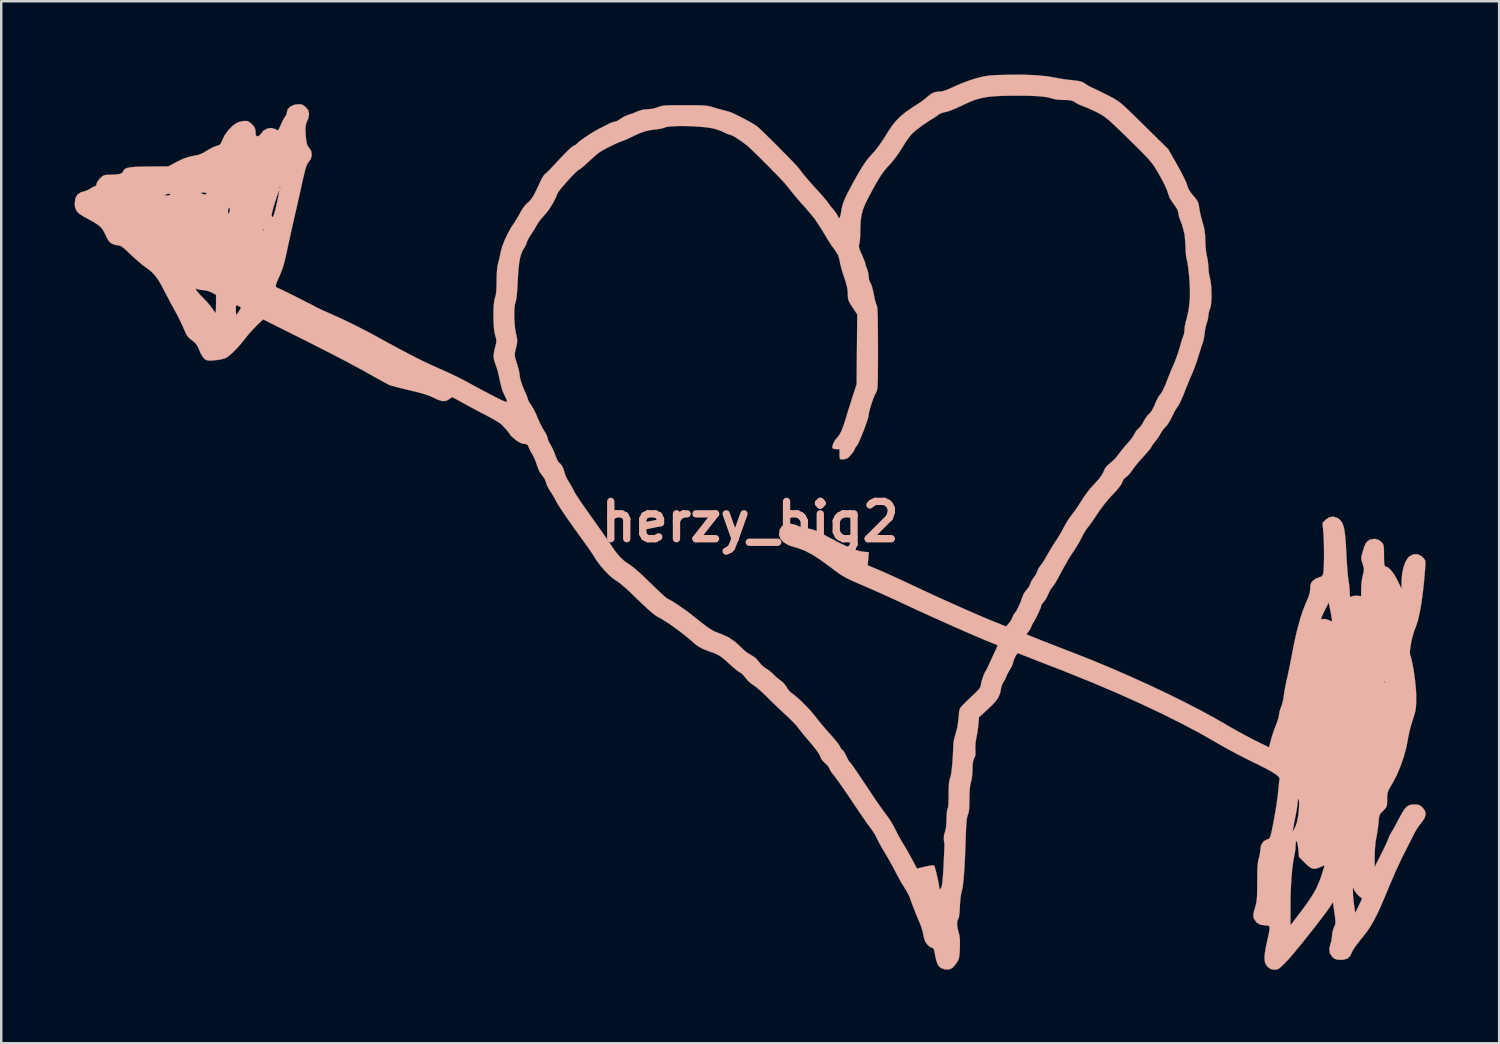
<source format=kicad_pcb>
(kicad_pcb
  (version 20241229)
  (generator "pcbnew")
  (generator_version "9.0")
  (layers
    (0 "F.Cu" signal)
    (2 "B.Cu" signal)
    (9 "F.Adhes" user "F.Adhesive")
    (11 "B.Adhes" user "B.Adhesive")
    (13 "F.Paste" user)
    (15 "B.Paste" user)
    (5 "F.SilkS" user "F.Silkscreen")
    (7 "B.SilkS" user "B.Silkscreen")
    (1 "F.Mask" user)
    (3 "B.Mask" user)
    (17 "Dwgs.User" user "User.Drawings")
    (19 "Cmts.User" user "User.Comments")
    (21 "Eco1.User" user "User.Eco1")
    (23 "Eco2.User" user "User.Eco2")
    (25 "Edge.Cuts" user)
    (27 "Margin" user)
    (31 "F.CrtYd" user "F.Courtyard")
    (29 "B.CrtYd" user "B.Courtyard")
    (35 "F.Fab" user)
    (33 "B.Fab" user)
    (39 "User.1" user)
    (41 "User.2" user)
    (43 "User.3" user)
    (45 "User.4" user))
  (footprint "herzy_big2"
    (layer "F.Cu")
    (at 27.614 18.281)
    (property "Reference" "herzy_big2" (at 0 0 0) (layer "B.SilkS") (effects (font (size 1.524 1.524) (thickness 0.3))))
    (attr through_hole)
    (fp_poly (pts (xy 11.685 -18.256) (xy 12.132 -18.213) (xy 12.503 -18.149) (xy 12.53 -18.143) (xy 12.658 -18.119) (xy 12.841 -18.091) (xy 13.046 -18.066) (xy 13.138 -18.056) (xy 13.348 -18.032) (xy 13.495 -18.004) (xy 13.6 -17.967) (xy 13.686 -17.915) (xy 13.696 -17.907) (xy 13.835 -17.817) (xy 13.987 -17.74) (xy 14.001 -17.734) (xy 14.104 -17.688) (xy 14.26 -17.614) (xy 14.448 -17.521) (xy 14.639 -17.424) (xy 14.77 -17.357) (xy 14.882 -17.296) (xy 14.983 -17.234) (xy 15.083 -17.164) (xy 15.19 -17.078) (xy 15.315 -16.968) (xy 15.465 -16.828) (xy 15.651 -16.649) (xy 15.88 -16.424) (xy 16.103 -16.204) (xy 17.094 -15.227) (xy 17.463 -14.576) (xy 17.587 -14.352) (xy 17.696 -14.142) (xy 17.784 -13.961) (xy 17.841 -13.825) (xy 17.861 -13.761) (xy 17.916 -13.606) (xy 18.023 -13.441) (xy 18.045 -13.414) (xy 18.173 -13.262) (xy 18.256 -13.153) (xy 18.305 -13.064) (xy 18.334 -12.974) (xy 18.352 -12.862) (xy 18.355 -12.833) (xy 18.383 -12.675) (xy 18.428 -12.476) (xy 18.484 -12.273) (xy 18.494 -12.239) (xy 18.561 -11.987) (xy 18.595 -11.752) (xy 18.605 -11.495) (xy 18.612 -11.287) (xy 18.632 -11.079) (xy 18.659 -10.908) (xy 18.668 -10.874) (xy 18.705 -10.687) (xy 18.728 -10.484) (xy 18.731 -10.402) (xy 18.744 -10.22) (xy 18.776 -10.03) (xy 18.795 -9.956) (xy 18.826 -9.805) (xy 18.847 -9.608) (xy 18.857 -9.387) (xy 18.857 -9.164) (xy 18.846 -8.961) (xy 18.825 -8.8) (xy 18.795 -8.707) (xy 18.753 -8.59) (xy 18.733 -8.452) (xy 18.733 -8.447) (xy 18.714 -8.299) (xy 18.671 -8.149) (xy 18.667 -8.139) (xy 18.628 -8.01) (xy 18.594 -7.84) (xy 18.579 -7.72) (xy 18.556 -7.549) (xy 18.522 -7.39) (xy 18.495 -7.306) (xy 18.455 -7.196) (xy 18.403 -7.034) (xy 18.347 -6.849) (xy 18.327 -6.782) (xy 18.257 -6.56) (xy 18.171 -6.32) (xy 18.086 -6.107) (xy 18.075 -6.081) (xy 17.996 -5.898) (xy 17.901 -5.671) (xy 17.806 -5.434) (xy 17.753 -5.298) (xy 17.674 -5.102) (xy 17.594 -4.926) (xy 17.524 -4.79) (xy 17.482 -4.724) (xy 17.418 -4.629) (xy 17.336 -4.485) (xy 17.255 -4.32) (xy 17.244 -4.298) (xy 17.161 -4.136) (xy 17.073 -3.993) (xy 16.996 -3.898) (xy 16.987 -3.89) (xy 16.891 -3.787) (xy 16.801 -3.655) (xy 16.785 -3.624) (xy 16.704 -3.489) (xy 16.599 -3.34) (xy 16.547 -3.274) (xy 16.463 -3.168) (xy 16.408 -3.085) (xy 16.395 -3.054) (xy 16.368 -3.01) (xy 16.294 -2.917) (xy 16.185 -2.791) (xy 16.072 -2.666) (xy 15.923 -2.498) (xy 15.78 -2.328) (xy 15.664 -2.178) (xy 15.612 -2.103) (xy 15.518 -1.975) (xy 15.421 -1.873) (xy 15.365 -1.832) (xy 15.274 -1.752) (xy 15.228 -1.664) (xy 15.178 -1.548) (xy 15.077 -1.402) (xy 14.918 -1.218) (xy 14.734 -1.026) (xy 14.615 -0.893) (xy 14.47 -0.713) (xy 14.318 -0.509) (xy 14.186 -0.319) (xy 14.062 -0.133) (xy 13.945 0.035) (xy 13.848 0.169) (xy 13.784 0.25) (xy 13.78 0.255) (xy 13.712 0.348) (xy 13.629 0.488) (xy 13.552 0.637) (xy 13.458 0.819) (xy 13.338 1.021) (xy 13.229 1.189) (xy 13.122 1.348) (xy 13.008 1.533) (xy 12.88 1.755) (xy 12.729 2.029) (xy 12.553 2.357) (xy 12.471 2.499) (xy 12.385 2.625) (xy 12.344 2.676) (xy 12.269 2.782) (xy 12.197 2.924) (xy 12.175 2.977) (xy 12.109 3.118) (xy 12.028 3.239) (xy 11.998 3.272) (xy 11.926 3.359) (xy 11.893 3.436) (xy 11.893 3.44) (xy 11.874 3.508) (xy 11.826 3.626) (xy 11.76 3.771) (xy 11.687 3.92) (xy 11.618 4.047) (xy 11.565 4.129) (xy 11.565 4.129) (xy 11.519 4.212) (xy 11.49 4.29) (xy 11.437 4.402) (xy 11.371 4.492) (xy 11.315 4.562) (xy 11.301 4.601) (xy 11.302 4.602) (xy 11.343 4.622) (xy 11.45 4.666) (xy 11.624 4.736) (xy 11.867 4.832) (xy 12.181 4.955) (xy 12.57 5.106) (xy 13.034 5.286) (xy 13.316 5.395) (xy 14.049 5.686) (xy 14.8 6) (xy 15.556 6.329) (xy 16.305 6.669) (xy 17.033 7.013) (xy 17.727 7.355) (xy 18.376 7.689) (xy 18.966 8.009) (xy 19.375 8.244) (xy 19.647 8.402) (xy 19.942 8.568) (xy 20.236 8.728) (xy 20.501 8.867) (xy 20.646 8.941) (xy 21.211 9.219) (xy 21.291 8.91) (xy 21.352 8.701) (xy 21.431 8.471) (xy 21.495 8.305) (xy 21.557 8.141) (xy 21.602 7.991) (xy 21.621 7.884) (xy 21.621 7.88) (xy 21.639 7.761) (xy 21.684 7.617) (xy 21.703 7.571) (xy 21.754 7.426) (xy 21.795 7.244) (xy 21.812 7.125) (xy 21.835 6.964) (xy 21.872 6.754) (xy 21.916 6.541) (xy 25.91 6.541) (xy 25.925 6.576) (xy 25.938 6.569) (xy 25.943 6.519) (xy 25.938 6.513) (xy 25.913 6.519) (xy 25.91 6.541) (xy 21.916 6.541) (xy 21.918 6.533) (xy 21.94 6.435) (xy 21.987 6.227) (xy 22.041 5.968) (xy 22.097 5.688) (xy 22.148 5.419) (xy 22.152 5.394) (xy 22.249 4.901) (xy 22.356 4.437) (xy 22.47 4.016) (xy 22.491 3.947) (xy 23.34 3.947) (xy 23.345 3.981) (xy 23.398 3.977) (xy 23.413 3.973) (xy 23.52 3.976) (xy 23.637 4.011) (xy 23.729 4.053) (xy 23.779 4.074) (xy 23.781 4.074) (xy 23.785 4.039) (xy 23.776 3.948) (xy 23.769 3.907) (xy 23.743 3.759) (xy 23.709 3.585) (xy 23.695 3.516) (xy 23.648 3.295) (xy 23.541 3.506) (xy 23.467 3.655) (xy 23.401 3.797) (xy 23.375 3.856) (xy 23.34 3.947) (xy 22.491 3.947) (xy 22.586 3.65) (xy 22.701 3.353) (xy 22.725 3.299) (xy 22.82 3.081) (xy 22.873 2.91) (xy 22.893 2.762) (xy 22.894 2.729) (xy 22.904 2.581) (xy 22.943 2.48) (xy 23.005 2.407) (xy 23.122 2.322) (xy 23.254 2.27) (xy 23.259 2.269) (xy 23.361 2.236) (xy 23.41 2.17) (xy 23.429 2.096) (xy 23.442 1.975) (xy 23.452 1.787) (xy 23.457 1.553) (xy 23.459 1.292) (xy 23.456 1.022) (xy 23.45 0.764) (xy 23.439 0.537) (xy 23.43 0.415) (xy 23.396 0.043) (xy 23.524 -0.084) (xy 23.678 -0.187) (xy 23.846 -0.212) (xy 24.012 -0.155) (xy 24.057 -0.124) (xy 24.128 -0.06) (xy 24.186 0.016) (xy 24.233 0.113) (xy 24.271 0.24) (xy 24.302 0.409) (xy 24.327 0.628) (xy 24.349 0.907) (xy 24.37 1.256) (xy 24.38 1.465) (xy 24.395 1.727) (xy 24.413 1.973) (xy 24.431 2.184) (xy 24.449 2.344) (xy 24.461 2.421) (xy 24.486 2.577) (xy 24.503 2.764) (xy 24.506 2.862) (xy 24.51 2.999) (xy 24.522 3.065) (xy 24.546 3.075) (xy 24.571 3.059) (xy 24.655 3.028) (xy 24.78 3.021) (xy 24.805 3.023) (xy 24.975 3.039) (xy 24.975 2.747) (xy 24.986 2.545) (xy 25.015 2.329) (xy 25.043 2.195) (xy 25.078 2.044) (xy 25.088 1.937) (xy 25.073 1.836) (xy 25.035 1.714) (xy 24.996 1.589) (xy 24.981 1.496) (xy 24.992 1.397) (xy 25.028 1.26) (xy 25.038 1.224) (xy 25.103 1.021) (xy 25.164 0.885) (xy 25.234 0.796) (xy 25.323 0.737) (xy 25.353 0.724) (xy 25.53 0.692) (xy 25.698 0.744) (xy 25.807 0.828) (xy 25.853 0.88) (xy 25.883 0.938) (xy 25.9 1.021) (xy 25.908 1.148) (xy 25.91 1.338) (xy 25.91 1.379) (xy 25.912 1.585) (xy 25.92 1.719) (xy 25.935 1.795) (xy 25.959 1.824) (xy 25.97 1.826) (xy 26.073 1.865) (xy 26.192 1.974) (xy 26.318 2.141) (xy 26.441 2.357) (xy 26.459 2.393) (xy 26.627 2.74) (xy 26.629 2.411) (xy 26.65 2.13) (xy 26.704 1.867) (xy 26.785 1.642) (xy 26.888 1.473) (xy 26.939 1.421) (xy 27.103 1.33) (xy 27.271 1.321) (xy 27.432 1.396) (xy 27.488 1.444) (xy 27.554 1.515) (xy 27.59 1.579) (xy 27.603 1.662) (xy 27.599 1.791) (xy 27.593 1.88) (xy 27.55 2.404) (xy 27.497 2.888) (xy 27.437 3.323) (xy 27.371 3.701) (xy 27.3 4.014) (xy 27.225 4.253) (xy 27.198 4.318) (xy 27.137 4.481) (xy 27.079 4.679) (xy 27.029 4.891) (xy 26.991 5.096) (xy 26.97 5.271) (xy 26.97 5.396) (xy 26.977 5.429) (xy 27.031 5.611) (xy 27.084 5.856) (xy 27.133 6.141) (xy 27.174 6.444) (xy 27.206 6.744) (xy 27.224 7.017) (xy 27.226 7.149) (xy 27.225 7.38) (xy 27.216 7.555) (xy 27.197 7.701) (xy 27.162 7.848) (xy 27.107 8.024) (xy 27.08 8.107) (xy 27.01 8.334) (xy 26.947 8.578) (xy 26.9 8.801) (xy 26.885 8.89) (xy 26.82 9.229) (xy 26.718 9.601) (xy 26.588 9.979) (xy 26.44 10.334) (xy 26.285 10.636) (xy 26.264 10.672) (xy 26.161 10.845) (xy 26.095 10.97) (xy 26.058 11.073) (xy 26.041 11.177) (xy 26.037 11.307) (xy 26.037 11.349) (xy 26.035 11.509) (xy 26.021 11.612) (xy 25.987 11.687) (xy 25.92 11.762) (xy 25.874 11.807) (xy 25.793 11.887) (xy 25.743 11.959) (xy 25.713 12.045) (xy 25.694 12.172) (xy 25.681 12.32) (xy 25.659 12.529) (xy 25.628 12.743) (xy 25.595 12.92) (xy 25.591 12.934) (xy 25.565 13.088) (xy 25.544 13.294) (xy 25.531 13.521) (xy 25.529 13.65) (xy 25.527 14.112) (xy 25.781 13.612) (xy 25.881 13.41) (xy 25.971 13.221) (xy 26.041 13.066) (xy 26.082 12.965) (xy 26.084 12.959) (xy 26.139 12.824) (xy 26.205 12.704) (xy 26.209 12.699) (xy 26.259 12.618) (xy 26.336 12.482) (xy 26.429 12.311) (xy 26.504 12.168) (xy 26.63 11.934) (xy 26.734 11.767) (xy 26.828 11.656) (xy 26.923 11.591) (xy 27.031 11.56) (xy 27.147 11.553) (xy 27.291 11.562) (xy 27.391 11.599) (xy 27.485 11.677) (xy 27.587 11.819) (xy 27.612 11.967) (xy 27.558 12.129) (xy 27.432 12.305) (xy 27.312 12.462) (xy 27.194 12.647) (xy 27.131 12.764) (xy 27.053 12.924) (xy 26.976 13.077) (xy 26.929 13.167) (xy 26.642 13.734) (xy 26.354 14.354) (xy 26.081 14.995) (xy 25.909 15.409) (xy 25.76 15.754) (xy 25.626 16.043) (xy 25.501 16.288) (xy 25.379 16.5) (xy 25.254 16.691) (xy 25.119 16.873) (xy 25.004 17.014) (xy 24.864 17.189) (xy 24.742 17.354) (xy 24.649 17.493) (xy 24.599 17.588) (xy 24.597 17.593) (xy 24.519 17.758) (xy 24.406 17.856) (xy 24.242 17.899) (xy 24.146 17.903) (xy 23.992 17.894) (xy 23.887 17.858) (xy 23.811 17.801) (xy 23.704 17.646) (xy 23.673 17.463) (xy 23.719 17.268) (xy 23.763 17.116) (xy 23.785 16.949) (xy 23.786 16.919) (xy 23.805 16.758) (xy 23.854 16.601) (xy 23.866 16.574) (xy 23.903 16.494) (xy 23.922 16.419) (xy 23.925 16.326) (xy 23.913 16.192) (xy 23.889 16.013) (xy 23.864 15.834) (xy 23.843 15.687) (xy 23.831 15.59) (xy 23.828 15.567) (xy 23.809 15.571) (xy 23.765 15.633) (xy 23.752 15.655) (xy 23.688 15.755) (xy 23.578 15.91) (xy 23.432 16.107) (xy 23.257 16.337) (xy 23.063 16.587) (xy 22.858 16.847) (xy 22.652 17.105) (xy 22.453 17.351) (xy 22.27 17.573) (xy 22.111 17.76) (xy 21.986 17.902) (xy 21.954 17.935) (xy 21.801 18.094) (xy 21.69 18.199) (xy 21.608 18.263) (xy 21.54 18.295) (xy 21.471 18.306) (xy 21.436 18.307) (xy 21.293 18.284) (xy 21.172 18.205) (xy 21.149 18.183) (xy 21.079 18.089) (xy 21.037 17.972) (xy 21.025 17.82) (xy 21.042 17.619) (xy 21.087 17.357) (xy 21.131 17.152) (xy 21.187 16.903) (xy 21.221 16.726) (xy 21.235 16.608) (xy 21.224 16.538) (xy 21.189 16.503) (xy 21.128 16.493) (xy 21.049 16.494) (xy 20.852 16.467) (xy 20.697 16.375) (xy 20.597 16.228) (xy 20.584 16.19) (xy 20.57 16.083) (xy 20.587 15.951) (xy 20.637 15.779) (xy 20.67 15.668) (xy 20.679 15.625) (xy 22.087 15.625) (xy 22.087 16.492) (xy 22.539 15.902) (xy 22.754 15.611) (xy 22.937 15.339) (xy 23.064 15.13) (xy 24.639 15.13) (xy 24.644 15.274) (xy 24.66 15.462) (xy 24.684 15.654) (xy 24.685 15.661) (xy 24.734 15.992) (xy 25.018 15.399) (xy 24.889 15.298) (xy 24.784 15.193) (xy 24.705 15.072) (xy 24.701 15.064) (xy 24.642 14.93) (xy 24.639 15.13) (xy 23.064 15.13) (xy 23.08 15.104) (xy 23.15 14.968) (xy 23.234 14.776) (xy 23.312 14.579) (xy 23.37 14.413) (xy 23.378 14.386) (xy 23.42 14.245) (xy 23.456 14.131) (xy 23.472 14.084) (xy 23.472 14.052) (xy 23.426 14.059) (xy 23.325 14.104) (xy 23.167 14.168) (xy 23.04 14.184) (xy 22.921 14.145) (xy 22.789 14.047) (xy 22.68 13.942) (xy 22.437 13.698) (xy 22.407 13.369) (xy 22.386 13.201) (xy 22.36 13.09) (xy 22.334 13.042) (xy 22.312 13.063) (xy 22.3 13.16) (xy 22.298 13.22) (xy 22.287 13.386) (xy 22.261 13.553) (xy 22.256 13.571) (xy 22.202 13.856) (xy 22.156 14.209) (xy 22.121 14.616) (xy 22.098 15.059) (xy 22.087 15.522) (xy 22.087 15.625) (xy 20.679 15.625) (xy 20.694 15.558) (xy 20.711 15.432) (xy 20.721 15.274) (xy 20.726 15.068) (xy 20.728 14.797) (xy 20.728 14.722) (xy 20.73 14.407) (xy 20.737 14.165) (xy 20.749 13.984) (xy 20.768 13.851) (xy 20.791 13.762) (xy 20.833 13.6) (xy 20.854 13.432) (xy 20.855 13.401) (xy 20.888 13.215) (xy 20.978 13.071) (xy 21.114 12.986) (xy 21.144 12.978) (xy 21.188 12.966) (xy 21.222 12.943) (xy 21.251 12.898) (xy 21.279 12.818) (xy 21.31 12.692) (xy 21.317 12.658) (xy 22.174 12.658) (xy 22.192 12.636) (xy 22.238 12.558) (xy 22.275 12.488) (xy 22.345 12.306) (xy 22.397 12.057) (xy 22.42 11.88) (xy 22.437 11.669) (xy 22.442 11.499) (xy 22.433 11.388) (xy 22.427 11.37) (xy 22.402 11.319) (xy 22.391 11.338) (xy 22.386 11.426) (xy 22.376 11.525) (xy 22.353 11.685) (xy 22.319 11.884) (xy 22.278 12.101) (xy 22.277 12.105) (xy 22.238 12.307) (xy 22.205 12.477) (xy 22.183 12.599) (xy 22.174 12.656) (xy 22.174 12.658) (xy 21.317 12.658) (xy 21.348 12.506) (xy 21.399 12.25) (xy 21.4 12.242) (xy 21.451 11.961) (xy 21.5 11.667) (xy 21.541 11.386) (xy 21.571 11.148) (xy 21.58 11.065) (xy 21.599 10.866) (xy 21.617 10.693) (xy 21.632 10.566) (xy 21.64 10.512) (xy 21.628 10.454) (xy 21.566 10.382) (xy 21.448 10.294) (xy 21.27 10.185) (xy 21.027 10.054) (xy 20.713 9.896) (xy 20.466 9.777) (xy 20.18 9.635) (xy 19.853 9.465) (xy 19.516 9.283) (xy 19.201 9.107) (xy 19.043 9.014) (xy 18.373 8.633) (xy 17.629 8.239) (xy 16.817 7.834) (xy 15.947 7.424) (xy 15.026 7.011) (xy 14.062 6.6) (xy 13.065 6.195) (xy 12.594 6.01) (xy 12.243 5.874) (xy 11.918 5.748) (xy 11.625 5.633) (xy 11.375 5.535) (xy 11.174 5.457) (xy 11.033 5.401) (xy 10.959 5.371) (xy 10.95 5.367) (xy 10.914 5.389) (xy 10.863 5.465) (xy 10.809 5.569) (xy 10.766 5.674) (xy 10.746 5.756) (xy 10.746 5.761) (xy 10.724 5.836) (xy 10.669 5.95) (xy 10.623 6.028) (xy 10.547 6.16) (xy 10.487 6.28) (xy 10.469 6.328) (xy 10.419 6.44) (xy 10.355 6.544) (xy 10.297 6.659) (xy 10.255 6.804) (xy 10.249 6.843) (xy 10.213 7.015) (xy 10.146 7.172) (xy 10.039 7.33) (xy 9.878 7.505) (xy 9.711 7.663) (xy 9.352 7.989) (xy 9.332 8.253) (xy 9.311 8.44) (xy 9.278 8.657) (xy 9.248 8.814) (xy 9.214 9.024) (xy 9.202 9.229) (xy 9.206 9.332) (xy 9.211 9.501) (xy 9.182 9.619) (xy 9.159 9.66) (xy 9.118 9.759) (xy 9.095 9.911) (xy 9.088 10.118) (xy 9.079 10.31) (xy 9.058 10.491) (xy 9.029 10.627) (xy 9.025 10.64) (xy 8.99 10.797) (xy 8.969 11.036) (xy 8.963 11.332) (xy 8.959 11.593) (xy 8.946 11.781) (xy 8.924 11.91) (xy 8.899 11.977) (xy 8.871 12.062) (xy 8.849 12.201) (xy 8.832 12.403) (xy 8.819 12.678) (xy 8.815 12.793) (xy 8.796 13.357) (xy 8.775 13.847) (xy 8.751 14.261) (xy 8.725 14.596) (xy 8.697 14.852) (xy 8.668 15.025) (xy 8.653 15.079) (xy 8.622 15.211) (xy 8.595 15.402) (xy 8.577 15.622) (xy 8.572 15.725) (xy 8.559 15.953) (xy 8.54 16.12) (xy 8.515 16.217) (xy 8.505 16.233) (xy 8.462 16.329) (xy 8.458 16.483) (xy 8.491 16.676) (xy 8.521 16.78) (xy 8.557 16.924) (xy 8.574 17.095) (xy 8.575 17.317) (xy 8.572 17.425) (xy 8.561 17.63) (xy 8.546 17.773) (xy 8.522 17.875) (xy 8.483 17.959) (xy 8.44 18.026) (xy 8.354 18.138) (xy 8.275 18.227) (xy 8.251 18.248) (xy 8.126 18.296) (xy 7.969 18.295) (xy 7.815 18.245) (xy 7.81 18.243) (xy 7.73 18.182) (xy 7.667 18.088) (xy 7.614 17.948) (xy 7.566 17.747) (xy 7.532 17.553) (xy 7.501 17.459) (xy 7.457 17.415) (xy 7.453 17.415) (xy 7.354 17.379) (xy 7.25 17.288) (xy 7.163 17.168) (xy 7.115 17.044) (xy 7.114 17.041) (xy 7.064 16.793) (xy 6.995 16.555) (xy 6.941 16.417) (xy 6.866 16.241) (xy 6.781 16.036) (xy 6.697 15.822) (xy 6.621 15.625) (xy 6.564 15.467) (xy 6.541 15.397) (xy 6.491 15.276) (xy 6.41 15.119) (xy 6.313 14.959) (xy 6.308 14.951) (xy 6.202 14.779) (xy 6.081 14.569) (xy 5.97 14.36) (xy 5.946 14.314) (xy 5.842 14.114) (xy 5.713 13.88) (xy 5.58 13.65) (xy 5.519 13.549) (xy 5.406 13.359) (xy 5.3 13.171) (xy 5.216 13.011) (xy 5.179 12.933) (xy 5.093 12.768) (xy 4.984 12.599) (xy 4.938 12.538) (xy 4.874 12.453) (xy 4.771 12.308) (xy 4.638 12.117) (xy 4.482 11.89) (xy 4.313 11.641) (xy 4.175 11.435) (xy 4.002 11.177) (xy 3.836 10.935) (xy 3.685 10.719) (xy 3.559 10.541) (xy 3.464 10.414) (xy 3.417 10.356) (xy 3.326 10.241) (xy 3.262 10.133) (xy 3.247 10.093) (xy 3.199 10.006) (xy 3.108 9.903) (xy 3.058 9.859) (xy 2.932 9.729) (xy 2.866 9.596) (xy 2.866 9.593) (xy 2.823 9.499) (xy 2.728 9.357) (xy 2.59 9.178) (xy 2.465 9.029) (xy 2.312 8.85) (xy 2.166 8.676) (xy 2.044 8.524) (xy 1.961 8.416) (xy 1.959 8.413) (xy 1.869 8.303) (xy 1.736 8.161) (xy 1.579 8.006) (xy 1.475 7.91) (xy 1.304 7.752) (xy 1.1 7.559) (xy 0.889 7.355) (xy 0.705 7.172) (xy 0.538 7.01) (xy 0.376 6.863) (xy 0.236 6.746) (xy 0.135 6.673) (xy 0.12 6.665) (xy 0.002 6.582) (xy -0.124 6.459) (xy -0.196 6.37) (xy -0.286 6.258) (xy -0.364 6.182) (xy -0.407 6.159) (xy -0.459 6.131) (xy -0.559 6.057) (xy -0.693 5.946) (xy -0.846 5.81) (xy -0.857 5.8) (xy -1.029 5.645) (xy -1.162 5.535) (xy -1.28 5.456) (xy -1.404 5.394) (xy -1.557 5.335) (xy -1.655 5.301) (xy -1.887 5.213) (xy -2.062 5.126) (xy -2.208 5.026) (xy -2.275 4.97) (xy -2.542 4.742) (xy -2.826 4.515) (xy -3.112 4.303) (xy -3.383 4.115) (xy -3.623 3.965) (xy -3.802 3.87) (xy -3.887 3.814) (xy -4.02 3.706) (xy -4.191 3.556) (xy -4.39 3.373) (xy -4.605 3.165) (xy -4.625 3.146) (xy -4.875 2.905) (xy -5.096 2.702) (xy -5.28 2.543) (xy -5.42 2.436) (xy -5.481 2.399) (xy -5.614 2.309) (xy -5.776 2.164) (xy -5.951 1.984) (xy -6.121 1.785) (xy -6.272 1.585) (xy -6.362 1.444) (xy -6.442 1.317) (xy -6.551 1.153) (xy -6.669 0.985) (xy -6.691 0.956) (xy -6.945 0.605) (xy -7.182 0.275) (xy -7.395 -0.027) (xy -7.58 -0.293) (xy -7.731 -0.518) (xy -7.844 -0.692) (xy -7.914 -0.809) (xy -7.93 -0.841) (xy -7.99 -0.961) (xy -8.079 -1.113) (xy -8.157 -1.232) (xy -8.247 -1.379) (xy -8.317 -1.525) (xy -8.347 -1.62) (xy -8.404 -1.767) (xy -8.5 -1.895) (xy -8.608 -2.045) (xy -8.701 -2.273) (xy -8.712 -2.309) (xy -8.772 -2.483) (xy -8.841 -2.647) (xy -8.901 -2.757) (xy -8.979 -2.891) (xy -9.042 -3.026) (xy -9.05 -3.048) (xy -9.096 -3.144) (xy -9.165 -3.181) (xy -9.237 -3.186) (xy -9.36 -3.211) (xy -9.505 -3.293) (xy -9.594 -3.359) (xy -9.705 -3.452) (xy -9.784 -3.527) (xy -9.812 -3.565) (xy -9.841 -3.617) (xy -9.921 -3.718) (xy -10.045 -3.857) (xy -10.164 -3.983) (xy -10.238 -4.04) (xy -10.37 -4.123) (xy -10.54 -4.221) (xy -10.725 -4.319) (xy -10.962 -4.443) (xy -11.235 -4.588) (xy -11.504 -4.733) (xy -11.675 -4.827) (xy -11.856 -4.928) (xy -12.01 -5.012) (xy -12.121 -5.07) (xy -12.175 -5.096) (xy -12.178 -5.097) (xy -12.222 -5.073) (xy -12.301 -5.016) (xy -12.306 -5.012) (xy -12.432 -4.945) (xy -12.576 -4.936) (xy -12.753 -4.986) (xy -12.925 -5.069) (xy -13.094 -5.146) (xy -13.318 -5.223) (xy -13.607 -5.303) (xy -13.889 -5.371) (xy -14.133 -5.429) (xy -14.358 -5.484) (xy -14.545 -5.534) (xy -14.679 -5.572) (xy -14.73 -5.589) (xy -14.808 -5.627) (xy -14.946 -5.7) (xy -15.132 -5.801) (xy -15.353 -5.923) (xy -15.595 -6.059) (xy -15.686 -6.11) (xy -15.905 -6.232) (xy -16.187 -6.384) (xy -16.519 -6.56) (xy -16.886 -6.752) (xy -17.277 -6.954) (xy -17.677 -7.159) (xy -18.073 -7.359) (xy -18.205 -7.425) (xy -19.908 -8.276) (xy -20.167 -8.029) (xy -20.327 -7.865) (xy -20.499 -7.673) (xy -20.644 -7.493) (xy -20.646 -7.491) (xy -20.819 -7.275) (xy -21.001 -7.072) (xy -21.178 -6.897) (xy -21.333 -6.764) (xy -21.433 -6.699) (xy -21.537 -6.663) (xy -21.692 -6.63) (xy -21.867 -6.606) (xy -21.875 -6.605) (xy -22.044 -6.593) (xy -22.154 -6.595) (xy -22.23 -6.615) (xy -22.297 -6.657) (xy -22.304 -6.663) (xy -22.381 -6.753) (xy -22.461 -6.892) (xy -22.513 -7.012) (xy -22.586 -7.179) (xy -22.67 -7.298) (xy -22.79 -7.402) (xy -22.813 -7.419) (xy -22.925 -7.509) (xy -23.008 -7.605) (xy -23.081 -7.735) (xy -23.149 -7.891) (xy -23.231 -8.077) (xy -23.339 -8.299) (xy -23.454 -8.523) (xy -23.509 -8.622) (xy -23.624 -8.832) (xy -23.745 -9.057) (xy -23.851 -9.261) (xy -23.893 -9.343) (xy -23.984 -9.518) (xy -22.662 -9.518) (xy -22.636 -9.465) (xy -22.58 -9.388) (xy -22.482 -9.276) (xy -22.361 -9.151) (xy -22.342 -9.132) (xy -22.206 -8.991) (xy -22.08 -8.844) (xy -21.989 -8.722) (xy -21.987 -8.718) (xy -21.918 -8.615) (xy -21.868 -8.549) (xy -21.853 -8.537) (xy -21.844 -8.577) (xy -21.838 -8.666) (xy -21.025 -8.666) (xy -21.022 -8.545) (xy -21.014 -8.467) (xy -21.007 -8.453) (xy -20.976 -8.485) (xy -20.92 -8.567) (xy -20.896 -8.603) (xy -20.842 -8.699) (xy -20.818 -8.759) (xy -20.818 -8.768) (xy -20.864 -8.795) (xy -20.93 -8.831) (xy -20.986 -8.855) (xy -21.014 -8.841) (xy -21.024 -8.772) (xy -21.025 -8.666) (xy -21.838 -8.666) (xy -21.836 -8.682) (xy -21.833 -8.833) (xy -21.832 -8.909) (xy -21.832 -9.281) (xy -22.013 -9.377) (xy -22.16 -9.436) (xy -22.312 -9.469) (xy -22.355 -9.472) (xy -22.486 -9.484) (xy -22.593 -9.513) (xy -22.603 -9.518) (xy -22.661 -9.544) (xy -22.662 -9.518) (xy -23.984 -9.518) (xy -24.047 -9.641) (xy -24.184 -9.873) (xy -24.315 -10.055) (xy -24.449 -10.201) (xy -24.599 -10.326) (xy -24.669 -10.376) (xy -24.823 -10.491) (xy -25.009 -10.645) (xy -25.201 -10.815) (xy -25.33 -10.937) (xy -25.512 -11.11) (xy -25.649 -11.223) (xy -25.747 -11.284) (xy -25.806 -11.298) (xy -25.918 -11.315) (xy -26.049 -11.355) (xy -26.062 -11.361) (xy -26.146 -11.407) (xy -26.215 -11.476) (xy -26.285 -11.59) (xy -26.357 -11.739) (xy -26.419 -11.866) (xy -26.461 -11.935) (xy -19.921 -11.935) (xy -19.905 -11.9) (xy -19.892 -11.907) (xy -19.887 -11.958) (xy -19.892 -11.964) (xy -19.918 -11.958) (xy -19.921 -11.935) (xy -26.461 -11.935) (xy -26.482 -11.969) (xy -26.557 -12.057) (xy -26.658 -12.141) (xy -26.796 -12.232) (xy -26.986 -12.34) (xy -27.238 -12.476) (xy -27.239 -12.477) (xy -27.279 -12.502) (xy -19.562 -12.502) (xy -19.561 -12.497) (xy -19.534 -12.456) (xy -19.503 -12.474) (xy -19.466 -12.557) (xy -19.421 -12.711) (xy -19.366 -12.942) (xy -19.352 -13.006) (xy -19.297 -13.259) (xy -19.263 -13.43) (xy -19.251 -13.52) (xy -19.26 -13.528) (xy -19.292 -13.456) (xy -19.346 -13.303) (xy -19.416 -13.089) (xy -19.479 -12.886) (xy -19.526 -12.709) (xy -19.556 -12.575) (xy -19.562 -12.502) (xy -27.279 -12.502) (xy -27.425 -12.595) (xy -27.53 -12.708) (xy -21.347 -12.708) (xy -21.34 -12.651) (xy -21.315 -12.587) (xy -21.299 -12.595) (xy -21.28 -12.679) (xy -21.265 -12.774) (xy -21.267 -12.824) (xy -21.267 -12.825) (xy -21.303 -12.832) (xy -21.334 -12.783) (xy -21.347 -12.708) (xy -27.53 -12.708) (xy -27.54 -12.72) (xy -27.597 -12.87) (xy -27.609 -13.015) (xy -27.582 -13.228) (xy -27.512 -13.355) (xy -23.937 -13.355) (xy -23.91 -13.343) (xy -23.839 -13.34) (xy -23.745 -13.349) (xy -23.701 -13.376) (xy -23.701 -13.38) (xy -23.734 -13.416) (xy -23.826 -13.404) (xy -23.892 -13.38) (xy -23.937 -13.355) (xy -27.512 -13.355) (xy -27.499 -13.379) (xy -27.407 -13.438) (xy -22.447 -13.438) (xy -22.427 -13.422) (xy -22.339 -13.387) (xy -22.257 -13.385) (xy -22.215 -13.415) (xy -22.214 -13.422) (xy -22.252 -13.451) (xy -22.342 -13.464) (xy -22.352 -13.464) (xy -22.438 -13.458) (xy -22.447 -13.438) (xy -27.407 -13.438) (xy -27.358 -13.469) (xy -27.278 -13.49) (xy -27.135 -13.535) (xy -26.991 -13.607) (xy -26.972 -13.62) (xy -26.876 -13.677) (xy -19.241 -13.677) (xy -19.226 -13.642) (xy -19.213 -13.649) (xy -19.208 -13.699) (xy -19.213 -13.705) (xy -19.238 -13.699) (xy -19.241 -13.677) (xy -26.876 -13.677) (xy -26.867 -13.682) (xy -26.786 -13.717) (xy -26.771 -13.719) (xy -26.728 -13.755) (xy -26.717 -13.809) (xy -26.688 -13.891) (xy -26.615 -13.995) (xy -26.572 -14.042) (xy -26.482 -14.124) (xy -26.399 -14.168) (xy -26.291 -14.184) (xy -26.174 -14.187) (xy -25.932 -14.195) (xy -25.766 -14.221) (xy -25.667 -14.268) (xy -25.632 -14.32) (xy -25.601 -14.383) (xy -25.546 -14.432) (xy -25.457 -14.468) (xy -25.323 -14.493) (xy -25.135 -14.509) (xy -24.882 -14.518) (xy -24.579 -14.523) (xy -23.779 -14.53) (xy -23.432 -14.717) (xy -23.164 -14.846) (xy -22.916 -14.926) (xy -22.767 -14.956) (xy -22.55 -15.002) (xy -22.374 -15.071) (xy -22.206 -15.171) (xy -22.056 -15.261) (xy -21.908 -15.333) (xy -21.808 -15.366) (xy -21.712 -15.395) (xy -21.65 -15.447) (xy -21.598 -15.546) (xy -21.573 -15.612) (xy -21.471 -15.817) (xy -21.328 -16.013) (xy -21.162 -16.181) (xy -20.993 -16.301) (xy -20.88 -16.347) (xy -20.702 -16.385) (xy -20.576 -16.386) (xy -20.474 -16.346) (xy -20.372 -16.26) (xy -20.362 -16.251) (xy -20.267 -16.139) (xy -20.225 -16.032) (xy -20.218 -15.932) (xy -20.211 -15.819) (xy -20.183 -15.769) (xy -20.135 -15.758) (xy -20.053 -15.793) (xy -20.002 -15.854) (xy -19.891 -15.992) (xy -19.74 -16.076) (xy -19.573 -16.1) (xy -19.414 -16.055) (xy -19.382 -16.035) (xy -19.334 -16.007) (xy -19.297 -16.012) (xy -19.258 -16.064) (xy -19.206 -16.177) (xy -19.175 -16.248) (xy -19.109 -16.392) (xy -19.046 -16.508) (xy -19.001 -16.57) (xy -19.001 -16.571) (xy -18.955 -16.648) (xy -18.944 -16.717) (xy -18.905 -16.859) (xy -18.797 -16.973) (xy -18.635 -17.046) (xy -18.536 -17.064) (xy -18.396 -17.07) (xy -18.299 -17.047) (xy -18.207 -16.985) (xy -18.191 -16.972) (xy -18.071 -16.835) (xy -18.028 -16.684) (xy -18.059 -16.505) (xy -18.095 -16.415) (xy -18.14 -16.307) (xy -18.167 -16.207) (xy -18.178 -16.094) (xy -18.176 -15.944) (xy -18.161 -15.738) (xy -18.155 -15.667) (xy -18.133 -15.496) (xy -18.099 -15.383) (xy -18.043 -15.303) (xy -18.027 -15.288) (xy -17.942 -15.154) (xy -17.92 -14.993) (xy -17.96 -14.832) (xy -18.036 -14.724) (xy -18.08 -14.671) (xy -18.119 -14.598) (xy -18.158 -14.492) (xy -18.201 -14.341) (xy -18.252 -14.131) (xy -18.313 -13.858) (xy -18.383 -13.54) (xy -18.464 -13.18) (xy -18.547 -12.814) (xy -18.623 -12.48) (xy -18.649 -12.368) (xy -18.717 -12.07) (xy -18.79 -11.743) (xy -18.86 -11.421) (xy -18.921 -11.135) (xy -18.943 -11.03) (xy -19.027 -10.663) (xy -19.119 -10.349) (xy -19.211 -10.109) (xy -19.303 -9.904) (xy -19.362 -9.763) (xy -19.39 -9.671) (xy -19.388 -9.615) (xy -19.358 -9.582) (xy -19.304 -9.557) (xy -19.297 -9.555) (xy -19.223 -9.522) (xy -19.089 -9.458) (xy -18.911 -9.371) (xy -18.703 -9.268) (xy -18.483 -9.158) (xy -18.264 -9.047) (xy -18.063 -8.944) (xy -17.895 -8.856) (xy -17.776 -8.792) (xy -17.771 -8.79) (xy -17.691 -8.749) (xy -17.547 -8.682) (xy -17.356 -8.594) (xy -17.132 -8.494) (xy -16.9 -8.391) (xy -16.629 -8.267) (xy -16.309 -8.113) (xy -15.967 -7.942) (xy -15.628 -7.767) (xy -15.318 -7.6) (xy -15.291 -7.585) (xy -14.792 -7.311) (xy -14.355 -7.075) (xy -13.969 -6.871) (xy -13.623 -6.694) (xy -13.306 -6.537) (xy -13.007 -6.397) (xy -12.715 -6.266) (xy -12.631 -6.23) (xy -12.357 -6.107) (xy -12.058 -5.965) (xy -11.765 -5.819) (xy -11.512 -5.685) (xy -11.46 -5.656) (xy -11.207 -5.517) (xy -10.92 -5.363) (xy -10.636 -5.214) (xy -10.415 -5.101) (xy -10.2 -4.994) (xy -10.053 -4.926) (xy -9.967 -4.899) (xy -9.935 -4.917) (xy -9.949 -4.982) (xy -10 -5.095) (xy -10.058 -5.212) (xy -10.109 -5.328) (xy -10.156 -5.467) (xy -10.203 -5.647) (xy -10.255 -5.885) (xy -10.28 -6.007) (xy -10.324 -6.184) (xy -10.379 -6.361) (xy -10.411 -6.446) (xy -10.469 -6.617) (xy -10.487 -6.783) (xy -10.464 -6.973) (xy -10.421 -7.147) (xy -10.383 -7.295) (xy -10.372 -7.401) (xy -10.387 -7.504) (xy -10.421 -7.621) (xy -10.454 -7.776) (xy -10.478 -7.985) (xy -10.491 -8.228) (xy -10.495 -8.482) (xy -10.494 -8.507) (xy -9.643 -8.507) (xy -9.639 -8.279) (xy -9.625 -8.051) (xy -9.601 -7.842) (xy -9.571 -7.685) (xy -9.535 -7.531) (xy -9.521 -7.416) (xy -9.529 -7.302) (xy -9.561 -7.153) (xy -9.572 -7.106) (xy -9.607 -6.956) (xy -9.622 -6.849) (xy -9.616 -6.751) (xy -9.587 -6.634) (xy -9.537 -6.478) (xy -9.486 -6.308) (xy -9.448 -6.156) (xy -9.43 -6.05) (xy -9.429 -6.037) (xy -9.407 -5.878) (xy -9.346 -5.668) (xy -9.254 -5.428) (xy -9.2 -5.309) (xy -9.142 -5.176) (xy -9.102 -5.069) (xy -9.09 -5.022) (xy -9.067 -4.96) (xy -9.008 -4.854) (xy -8.945 -4.758) (xy -8.855 -4.608) (xy -8.76 -4.419) (xy -8.682 -4.238) (xy -8.601 -4.053) (xy -8.507 -3.866) (xy -8.422 -3.722) (xy -8.346 -3.595) (xy -8.295 -3.483) (xy -8.283 -3.429) (xy -8.261 -3.345) (xy -8.204 -3.224) (xy -8.159 -3.147) (xy -8.075 -2.99) (xy -7.994 -2.805) (xy -7.959 -2.705) (xy -7.906 -2.566) (xy -7.848 -2.459) (xy -7.807 -2.417) (xy -7.715 -2.327) (xy -7.636 -2.175) (xy -7.583 -1.996) (xy -7.543 -1.878) (xy -7.471 -1.73) (xy -7.41 -1.629) (xy -7.32 -1.481) (xy -7.24 -1.334) (xy -7.203 -1.256) (xy -7.162 -1.181) (xy -7.077 -1.048) (xy -6.958 -0.868) (xy -6.81 -0.652) (xy -6.641 -0.411) (xy -6.469 -0.168) (xy -6.284 0.091) (xy -6.109 0.338) (xy -5.953 0.561) (xy -5.822 0.748) (xy -5.727 0.889) (xy -5.676 0.967) (xy -5.507 1.216) (xy -5.319 1.438) (xy -5.13 1.614) (xy -4.971 1.72) (xy -4.863 1.791) (xy -4.706 1.917) (xy -4.507 2.093) (xy -4.275 2.311) (xy -4.116 2.466) (xy -3.919 2.658) (xy -3.737 2.831) (xy -3.581 2.974) (xy -3.461 3.08) (xy -3.387 3.137) (xy -3.374 3.144) (xy -3.275 3.194) (xy -3.126 3.284) (xy -2.946 3.401) (xy -2.751 3.534) (xy -2.561 3.671) (xy -2.392 3.799) (xy -2.374 3.814) (xy -2.12 4.017) (xy -1.92 4.174) (xy -1.763 4.293) (xy -1.635 4.381) (xy -1.526 4.445) (xy -1.423 4.495) (xy -1.315 4.537) (xy -1.224 4.569) (xy -0.906 4.708) (xy -0.604 4.914) (xy -0.303 5.195) (xy -0.276 5.224) (xy -0.152 5.331) (xy -0.003 5.424) (xy 0.032 5.44) (xy 0.22 5.565) (xy 0.35 5.715) (xy 0.459 5.844) (xy 0.584 5.954) (xy 0.647 5.994) (xy 0.777 6.079) (xy 0.909 6.192) (xy 0.945 6.229) (xy 1.068 6.348) (xy 1.205 6.458) (xy 1.242 6.483) (xy 1.365 6.588) (xy 1.468 6.72) (xy 1.483 6.747) (xy 1.56 6.867) (xy 1.645 6.96) (xy 1.665 6.975) (xy 1.823 7.096) (xy 2.014 7.263) (xy 2.218 7.46) (xy 2.416 7.666) (xy 2.588 7.862) (xy 2.668 7.964) (xy 2.805 8.139) (xy 2.976 8.346) (xy 3.157 8.556) (xy 3.287 8.7) (xy 3.429 8.86) (xy 3.55 9.005) (xy 3.636 9.122) (xy 3.677 9.194) (xy 3.678 9.196) (xy 3.721 9.283) (xy 3.765 9.32) (xy 3.815 9.369) (xy 3.879 9.473) (xy 3.929 9.574) (xy 3.991 9.702) (xy 4.047 9.798) (xy 4.077 9.832) (xy 4.096 9.849) (xy 4.126 9.885) (xy 4.172 9.947) (xy 4.239 10.041) (xy 4.33 10.174) (xy 4.451 10.353) (xy 4.605 10.583) (xy 4.798 10.871) (xy 5.025 11.213) (xy 5.168 11.424) (xy 5.318 11.639) (xy 5.456 11.832) (xy 5.567 11.979) (xy 5.568 11.982) (xy 5.697 12.162) (xy 5.824 12.367) (xy 5.923 12.553) (xy 5.923 12.555) (xy 6.019 12.745) (xy 6.135 12.959) (xy 6.246 13.146) (xy 6.355 13.327) (xy 6.48 13.545) (xy 6.597 13.758) (xy 6.625 13.809) (xy 6.817 14.175) (xy 7.154 14.095) (xy 7.314 14.062) (xy 7.44 14.044) (xy 7.513 14.044) (xy 7.521 14.048) (xy 7.543 14.102) (xy 7.576 14.218) (xy 7.616 14.373) (xy 7.656 14.546) (xy 7.692 14.713) (xy 7.718 14.854) (xy 7.73 14.946) (xy 7.73 14.954) (xy 7.741 15.026) (xy 7.772 15.017) (xy 7.82 14.929) (xy 7.824 14.919) (xy 7.842 14.839) (xy 7.861 14.691) (xy 7.88 14.491) (xy 7.896 14.255) (xy 7.907 14.059) (xy 7.918 13.811) (xy 7.928 13.588) (xy 7.936 13.406) (xy 7.941 13.28) (xy 7.944 13.231) (xy 7.938 13.129) (xy 7.919 13.008) (xy 7.921 12.83) (xy 7.959 12.7) (xy 8.005 12.516) (xy 8.026 12.257) (xy 8.028 12.149) (xy 8.032 11.978) (xy 8.044 11.841) (xy 8.061 11.758) (xy 8.07 11.744) (xy 8.087 11.693) (xy 8.101 11.569) (xy 8.11 11.388) (xy 8.113 11.162) (xy 8.113 11.158) (xy 8.118 10.87) (xy 8.131 10.662) (xy 8.155 10.529) (xy 8.17 10.489) (xy 8.198 10.396) (xy 8.226 10.234) (xy 8.251 10.017) (xy 8.274 9.762) (xy 8.291 9.484) (xy 8.301 9.217) (xy 8.312 9.05) (xy 8.334 8.898) (xy 8.356 8.814) (xy 8.473 8.394) (xy 8.528 7.949) (xy 8.539 7.787) (xy 8.558 7.679) (xy 8.601 7.594) (xy 8.68 7.502) (xy 8.764 7.417) (xy 8.918 7.267) (xy 9.089 7.104) (xy 9.206 6.994) (xy 9.344 6.853) (xy 9.418 6.741) (xy 9.429 6.694) (xy 9.445 6.585) (xy 9.485 6.437) (xy 9.538 6.283) (xy 9.592 6.159) (xy 9.617 6.116) (xy 9.657 6.049) (xy 9.718 5.927) (xy 9.79 5.774) (xy 9.807 5.734) (xy 9.888 5.556) (xy 9.968 5.382) (xy 10.032 5.248) (xy 10.038 5.237) (xy 10.086 5.129) (xy 10.109 5.057) (xy 10.107 5.042) (xy 10.062 5.02) (xy 9.956 4.976) (xy 9.808 4.917) (xy 9.727 4.885) (xy 9.545 4.811) (xy 9.299 4.707) (xy 9 4.578) (xy 8.66 4.429) (xy 8.292 4.267) (xy 7.908 4.095) (xy 7.521 3.921) (xy 7.141 3.749) (xy 6.782 3.585) (xy 6.456 3.433) (xy 6.286 3.354) (xy 5.967 3.205) (xy 5.603 3.039) (xy 5.227 2.87) (xy 4.871 2.712) (xy 4.63 2.608) (xy 4.345 2.485) (xy 4.122 2.385) (xy 3.943 2.298) (xy 3.792 2.214) (xy 3.651 2.125) (xy 3.503 2.02) (xy 3.332 1.89) (xy 3.294 1.86) (xy 2.903 1.572) (xy 2.556 1.347) (xy 2.243 1.182) (xy 1.958 1.073) (xy 1.832 1.039) (xy 1.576 0.956) (xy 1.377 0.841) (xy 1.243 0.699) (xy 1.183 0.539) (xy 1.181 0.498) (xy 1.213 0.307) (xy 1.305 0.171) (xy 1.447 0.092) (xy 1.63 0.075) (xy 1.844 0.122) (xy 1.978 0.18) (xy 2.09 0.221) (xy 2.246 0.257) (xy 2.357 0.274) (xy 2.484 0.296) (xy 2.617 0.336) (xy 2.774 0.403) (xy 2.972 0.503) (xy 3.143 0.595) (xy 3.564 0.819) (xy 3.922 0.992) (xy 4.219 1.117) (xy 4.459 1.194) (xy 4.625 1.223) (xy 4.853 1.243) (xy 4.828 1.51) (xy 4.804 1.777) (xy 5.258 1.968) (xy 5.437 2.046) (xy 5.673 2.151) (xy 5.946 2.275) (xy 6.237 2.409) (xy 6.526 2.544) (xy 6.584 2.571) (xy 7.034 2.782) (xy 7.501 2.998) (xy 7.972 3.212) (xy 8.432 3.419) (xy 8.869 3.613) (xy 9.27 3.787) (xy 9.621 3.937) (xy 9.909 4.056) (xy 9.914 4.058) (xy 10.462 4.278) (xy 10.58 4.143) (xy 10.663 4.029) (xy 10.72 3.917) (xy 10.726 3.897) (xy 10.767 3.795) (xy 10.81 3.738) (xy 10.867 3.664) (xy 10.939 3.534) (xy 11.015 3.375) (xy 11.081 3.211) (xy 11.124 3.077) (xy 11.187 2.932) (xy 11.281 2.8) (xy 11.296 2.785) (xy 11.385 2.675) (xy 11.444 2.559) (xy 11.449 2.539) (xy 11.495 2.425) (xy 11.575 2.303) (xy 11.593 2.28) (xy 11.677 2.161) (xy 11.735 2.038) (xy 11.741 2.018) (xy 11.793 1.894) (xy 11.872 1.784) (xy 11.939 1.696) (xy 12.028 1.559) (xy 12.122 1.399) (xy 12.144 1.359) (xy 12.256 1.163) (xy 12.385 0.951) (xy 12.504 0.769) (xy 12.507 0.765) (xy 12.623 0.585) (xy 12.74 0.385) (xy 12.825 0.221) (xy 12.925 0.038) (xy 13.049 -0.154) (xy 13.136 -0.271) (xy 13.241 -0.409) (xy 13.369 -0.591) (xy 13.497 -0.786) (xy 13.551 -0.873) (xy 13.679 -1.066) (xy 13.824 -1.262) (xy 13.963 -1.429) (xy 14.014 -1.485) (xy 14.228 -1.717) (xy 14.374 -1.909) (xy 14.455 -2.065) (xy 14.467 -2.103) (xy 14.515 -2.197) (xy 14.604 -2.301) (xy 14.631 -2.325) (xy 14.775 -2.449) (xy 14.874 -2.54) (xy 14.95 -2.621) (xy 15.024 -2.714) (xy 15.079 -2.787) (xy 15.187 -2.926) (xy 15.323 -3.09) (xy 15.443 -3.225) (xy 15.558 -3.362) (xy 15.655 -3.497) (xy 15.714 -3.601) (xy 15.715 -3.603) (xy 15.784 -3.721) (xy 15.872 -3.81) (xy 15.875 -3.812) (xy 15.952 -3.889) (xy 16.036 -4.012) (xy 16.083 -4.1) (xy 16.164 -4.241) (xy 16.257 -4.361) (xy 16.308 -4.409) (xy 16.411 -4.527) (xy 16.514 -4.726) (xy 16.546 -4.806) (xy 16.617 -4.968) (xy 16.692 -5.109) (xy 16.758 -5.201) (xy 16.763 -5.206) (xy 16.819 -5.283) (xy 16.892 -5.42) (xy 16.971 -5.594) (xy 17.028 -5.739) (xy 17.113 -5.958) (xy 17.204 -6.183) (xy 17.288 -6.381) (xy 17.327 -6.469) (xy 17.403 -6.653) (xy 17.482 -6.877) (xy 17.55 -7.096) (xy 17.56 -7.132) (xy 17.61 -7.31) (xy 17.658 -7.464) (xy 17.696 -7.57) (xy 17.707 -7.594) (xy 17.739 -7.695) (xy 17.754 -7.828) (xy 17.755 -7.848) (xy 17.768 -7.992) (xy 17.803 -8.159) (xy 17.821 -8.223) (xy 17.921 -8.633) (xy 17.972 -9.082) (xy 17.979 -9.344) (xy 17.974 -9.594) (xy 17.959 -9.866) (xy 17.936 -10.14) (xy 17.907 -10.394) (xy 17.875 -10.605) (xy 17.842 -10.746) (xy 17.821 -10.857) (xy 17.806 -11.023) (xy 17.797 -11.213) (xy 17.797 -11.271) (xy 17.762 -11.732) (xy 17.655 -12.151) (xy 17.586 -12.323) (xy 17.534 -12.465) (xy 17.504 -12.598) (xy 17.501 -12.637) (xy 17.467 -12.763) (xy 17.367 -12.923) (xy 17.315 -12.99) (xy 17.16 -13.219) (xy 17.08 -13.436) (xy 17.038 -13.563) (xy 16.959 -13.742) (xy 16.853 -13.955) (xy 16.728 -14.183) (xy 16.724 -14.19) (xy 16.636 -14.342) (xy 16.558 -14.47) (xy 16.482 -14.584) (xy 16.4 -14.693) (xy 16.303 -14.809) (xy 16.182 -14.941) (xy 16.029 -15.098) (xy 15.836 -15.29) (xy 15.594 -15.529) (xy 15.482 -15.639) (xy 15.213 -15.902) (xy 14.995 -16.112) (xy 14.819 -16.278) (xy 14.676 -16.406) (xy 14.557 -16.505) (xy 14.453 -16.582) (xy 14.355 -16.645) (xy 14.254 -16.701) (xy 14.187 -16.736) (xy 13.996 -16.827) (xy 13.804 -16.913) (xy 13.643 -16.979) (xy 13.601 -16.994) (xy 13.451 -17.055) (xy 13.319 -17.123) (xy 13.266 -17.158) (xy 13.19 -17.204) (xy 13.094 -17.231) (xy 12.953 -17.243) (xy 12.82 -17.245) (xy 12.635 -17.252) (xy 12.468 -17.272) (xy 12.351 -17.301) (xy 12.346 -17.303) (xy 12.194 -17.348) (xy 11.977 -17.382) (xy 11.691 -17.405) (xy 11.332 -17.418) (xy 10.895 -17.421) (xy 10.64 -17.419) (xy 10.254 -17.411) (xy 9.935 -17.393) (xy 9.664 -17.363) (xy 9.424 -17.317) (xy 9.195 -17.251) (xy 8.961 -17.16) (xy 8.704 -17.042) (xy 8.601 -16.992) (xy 8.407 -16.902) (xy 8.219 -16.825) (xy 8.063 -16.771) (xy 7.985 -16.753) (xy 7.848 -16.719) (xy 7.734 -16.669) (xy 7.709 -16.652) (xy 7.619 -16.585) (xy 7.496 -16.505) (xy 7.454 -16.479) (xy 7.254 -16.354) (xy 7.042 -16.208) (xy 6.843 -16.059) (xy 6.678 -15.923) (xy 6.595 -15.844) (xy 6.514 -15.745) (xy 6.407 -15.595) (xy 6.291 -15.418) (xy 6.214 -15.292) (xy 6.079 -15.083) (xy 5.919 -14.863) (xy 5.76 -14.667) (xy 5.691 -14.59) (xy 5.57 -14.458) (xy 5.46 -14.322) (xy 5.351 -14.169) (xy 5.236 -13.987) (xy 5.106 -13.764) (xy 4.954 -13.485) (xy 4.83 -13.252) (xy 4.695 -12.981) (xy 4.602 -12.742) (xy 4.544 -12.508) (xy 4.513 -12.249) (xy 4.502 -11.939) (xy 4.502 -11.888) (xy 4.498 -11.696) (xy 4.487 -11.526) (xy 4.471 -11.402) (xy 4.461 -11.364) (xy 4.443 -11.264) (xy 4.47 -11.144) (xy 4.498 -11.075) (xy 4.592 -10.861) (xy 4.655 -10.71) (xy 4.693 -10.611) (xy 4.711 -10.548) (xy 4.715 -10.516) (xy 4.733 -10.44) (xy 4.778 -10.337) (xy 4.778 -10.337) (xy 4.821 -10.211) (xy 4.841 -10.064) (xy 4.842 -10.044) (xy 4.858 -9.909) (xy 4.898 -9.796) (xy 4.907 -9.781) (xy 4.947 -9.706) (xy 4.986 -9.592) (xy 5.028 -9.425) (xy 5.076 -9.192) (xy 5.092 -9.111) (xy 5.125 -8.976) (xy 5.167 -8.863) (xy 5.174 -8.848) (xy 5.188 -8.794) (xy 5.2 -8.685) (xy 5.209 -8.516) (xy 5.216 -8.282) (xy 5.22 -7.979) (xy 5.223 -7.601) (xy 5.224 -7.144) (xy 5.224 -7.085) (xy 5.224 -6.662) (xy 5.223 -6.315) (xy 5.221 -6.037) (xy 5.217 -5.818) (xy 5.212 -5.65) (xy 5.205 -5.525) (xy 5.195 -5.435) (xy 5.182 -5.371) (xy 5.166 -5.324) (xy 5.146 -5.288) (xy 5.087 -5.169) (xy 5.02 -5.003) (xy 4.954 -4.813) (xy 4.897 -4.626) (xy 4.857 -4.467) (xy 4.842 -4.365) (xy 4.827 -4.279) (xy 4.785 -4.137) (xy 4.723 -3.957) (xy 4.649 -3.758) (xy 4.57 -3.556) (xy 4.493 -3.371) (xy 4.424 -3.221) (xy 4.372 -3.124) (xy 4.352 -3.099) (xy 4.3 -3.039) (xy 4.29 -3.012) (xy 4.263 -2.943) (xy 4.197 -2.839) (xy 4.111 -2.729) (xy 4.026 -2.64) (xy 3.979 -2.603) (xy 3.863 -2.562) (xy 3.77 -2.55) (xy 3.7 -2.555) (xy 3.666 -2.585) (xy 3.654 -2.664) (xy 3.653 -2.761) (xy 3.653 -2.973) (xy 3.504 -2.973) (xy 3.392 -2.988) (xy 3.356 -3.034) (xy 3.387 -3.176) (xy 3.467 -3.331) (xy 3.554 -3.437) (xy 3.643 -3.547) (xy 3.724 -3.697) (xy 3.806 -3.903) (xy 3.894 -4.178) (xy 3.896 -4.184) (xy 3.943 -4.339) (xy 4.008 -4.549) (xy 4.083 -4.787) (xy 4.16 -5.027) (xy 4.169 -5.055) (xy 4.353 -5.628) (xy 4.365 -7.054) (xy 4.377 -8.481) (xy 4.185 -8.767) (xy 4.086 -8.921) (xy 4.028 -9.037) (xy 4 -9.142) (xy 3.993 -9.266) (xy 3.993 -9.289) (xy 3.989 -9.402) (xy 3.977 -9.511) (xy 3.952 -9.636) (xy 3.909 -9.791) (xy 3.844 -9.997) (xy 3.779 -10.194) (xy 3.725 -10.377) (xy 3.679 -10.565) (xy 3.658 -10.686) (xy 3.6 -10.897) (xy 3.483 -11.086) (xy 3.327 -11.3) (xy 3.144 -11.585) (xy 2.935 -11.935) (xy 2.646 -12.377) (xy 2.302 -12.792) (xy 2.269 -12.827) (xy 2.11 -13.002) (xy 1.936 -13.203) (xy 1.781 -13.388) (xy 1.771 -13.401) (xy 1.65 -13.551) (xy 1.538 -13.69) (xy 1.453 -13.795) (xy 1.435 -13.817) (xy 1.355 -13.907) (xy 1.229 -14.042) (xy 1.068 -14.211) (xy 0.881 -14.401) (xy 0.682 -14.602) (xy 0.481 -14.803) (xy 0.289 -14.993) (xy 0.118 -15.159) (xy -0.022 -15.292) (xy -0.119 -15.379) (xy -0.144 -15.4) (xy -0.385 -15.577) (xy -0.571 -15.702) (xy -0.713 -15.783) (xy -0.819 -15.823) (xy -0.828 -15.825) (xy -0.96 -15.868) (xy -1.059 -15.917) (xy -1.152 -15.962) (xy -1.295 -16.016) (xy -1.46 -16.068) (xy -1.463 -16.069) (xy -1.624 -16.103) (xy -1.838 -16.131) (xy -2.09 -16.154) (xy -2.361 -16.17) (xy -2.637 -16.179) (xy -2.9 -16.18) (xy -3.133 -16.173) (xy -3.321 -16.159) (xy -3.447 -16.135) (xy -3.473 -16.124) (xy -3.575 -16.09) (xy -3.729 -16.058) (xy -3.903 -16.036) (xy -3.91 -16.035) (xy -4.108 -16.01) (xy -4.298 -15.964) (xy -4.503 -15.891) (xy -4.745 -15.783) (xy -4.885 -15.714) (xy -5.029 -15.646) (xy -5.158 -15.591) (xy -5.224 -15.567) (xy -5.353 -15.52) (xy -5.526 -15.443) (xy -5.72 -15.35) (xy -5.911 -15.252) (xy -6.075 -15.161) (xy -6.186 -15.089) (xy -6.194 -15.083) (xy -6.288 -15.005) (xy -6.422 -14.888) (xy -6.572 -14.752) (xy -6.643 -14.686) (xy -6.778 -14.564) (xy -6.893 -14.468) (xy -6.971 -14.41) (xy -6.994 -14.399) (xy -7.043 -14.368) (xy -7.133 -14.286) (xy -7.252 -14.166) (xy -7.388 -14.021) (xy -7.528 -13.866) (xy -7.659 -13.715) (xy -7.77 -13.58) (xy -7.847 -13.476) (xy -7.878 -13.422) (xy -7.954 -13.232) (xy -8.07 -13.012) (xy -8.206 -12.794) (xy -8.345 -12.609) (xy -8.413 -12.535) (xy -8.534 -12.401) (xy -8.643 -12.259) (xy -8.699 -12.169) (xy -8.77 -12.044) (xy -8.868 -11.885) (xy -8.96 -11.744) (xy -9.045 -11.609) (xy -9.106 -11.494) (xy -9.132 -11.423) (xy -9.132 -11.421) (xy -9.155 -11.345) (xy -9.212 -11.237) (xy -9.234 -11.202) (xy -9.305 -11.083) (xy -9.361 -10.948) (xy -9.406 -10.786) (xy -9.442 -10.584) (xy -9.47 -10.33) (xy -9.493 -10.013) (xy -9.509 -9.706) (xy -9.523 -9.459) (xy -9.542 -9.247) (xy -9.563 -9.085) (xy -9.584 -8.988) (xy -9.59 -8.976) (xy -9.619 -8.876) (xy -9.636 -8.713) (xy -9.643 -8.507) (xy -10.494 -8.507) (xy -10.488 -8.728) (xy -10.472 -8.942) (xy -10.445 -9.104) (xy -10.428 -9.16) (xy -10.396 -9.275) (xy -10.375 -9.446) (xy -10.365 -9.684) (xy -10.364 -9.843) (xy -10.357 -10.15) (xy -10.337 -10.393) (xy -10.305 -10.563) (xy -10.303 -10.571) (xy -10.261 -10.726) (xy -10.218 -10.914) (xy -10.195 -11.034) (xy -10.14 -11.239) (xy -10.046 -11.486) (xy -9.924 -11.749) (xy -9.786 -12.002) (xy -9.66 -12.198) (xy -9.561 -12.35) (xy -9.454 -12.531) (xy -9.39 -12.652) (xy -9.285 -12.825) (xy -9.162 -12.978) (xy -9.092 -13.043) (xy -9.016 -13.112) (xy -8.945 -13.196) (xy -8.871 -13.309) (xy -8.787 -13.463) (xy -8.686 -13.67) (xy -8.561 -13.941) (xy -8.491 -14.076) (xy -8.421 -14.181) (xy -8.375 -14.225) (xy -8.322 -14.269) (xy -8.223 -14.365) (xy -8.091 -14.502) (xy -7.935 -14.667) (xy -7.813 -14.8) (xy -7.646 -14.979) (xy -7.492 -15.136) (xy -7.363 -15.259) (xy -7.269 -15.337) (xy -7.23 -15.36) (xy -7.13 -15.411) (xy -7.082 -15.456) (xy -7.015 -15.52) (xy -6.893 -15.614) (xy -6.734 -15.726) (xy -6.557 -15.843) (xy -6.379 -15.954) (xy -6.22 -16.045) (xy -6.143 -16.085) (xy -5.988 -16.161) (xy -5.839 -16.237) (xy -5.777 -16.271) (xy -5.657 -16.324) (xy -5.553 -16.352) (xy -5.538 -16.353) (xy -5.451 -16.378) (xy -5.339 -16.443) (xy -5.295 -16.475) (xy -5.153 -16.565) (xy -4.995 -16.633) (xy -4.96 -16.643) (xy -4.798 -16.696) (xy -4.634 -16.764) (xy -4.61 -16.776) (xy -4.382 -16.848) (xy -4.201 -16.863) (xy -3.963 -16.887) (xy -3.774 -16.947) (xy -3.704 -16.975) (xy -3.627 -16.996) (xy -3.531 -17.011) (xy -3.401 -17.021) (xy -3.226 -17.027) (xy -2.992 -17.03) (xy -2.685 -17.032) (xy -2.685 -17.032) (xy -2.371 -17.031) (xy -2.128 -17.028) (xy -1.942 -17.021) (xy -1.8 -17.009) (xy -1.687 -16.992) (xy -1.589 -16.968) (xy -1.538 -16.952) (xy -1.353 -16.896) (xy -1.154 -16.842) (xy -1.062 -16.819) (xy -0.898 -16.775) (xy -0.743 -16.721) (xy -0.68 -16.693) (xy -0.343 -16.526) (xy -0.078 -16.386) (xy 0.123 -16.271) (xy 0.266 -16.176) (xy 0.34 -16.116) (xy 0.489 -15.976) (xy 0.667 -15.803) (xy 0.866 -15.608) (xy 1.075 -15.4) (xy 1.284 -15.189) (xy 1.485 -14.985) (xy 1.667 -14.798) (xy 1.82 -14.637) (xy 1.936 -14.513) (xy 2.004 -14.435) (xy 2.015 -14.42) (xy 2.106 -14.294) (xy 2.25 -14.116) (xy 2.438 -13.897) (xy 2.664 -13.645) (xy 2.807 -13.49) (xy 2.942 -13.34) (xy 3.066 -13.194) (xy 3.16 -13.077) (xy 3.186 -13.04) (xy 3.28 -12.911) (xy 3.392 -12.773) (xy 3.423 -12.737) (xy 3.511 -12.625) (xy 3.574 -12.524) (xy 3.588 -12.492) (xy 3.622 -12.417) (xy 3.654 -12.418) (xy 3.686 -12.498) (xy 3.719 -12.658) (xy 3.731 -12.73) (xy 3.762 -12.891) (xy 3.808 -13.046) (xy 3.876 -13.215) (xy 3.976 -13.422) (xy 4.053 -13.568) (xy 4.246 -13.928) (xy 4.41 -14.222) (xy 4.552 -14.461) (xy 4.679 -14.656) (xy 4.799 -14.82) (xy 4.919 -14.962) (xy 4.988 -15.036) (xy 5.127 -15.195) (xy 5.282 -15.398) (xy 5.431 -15.612) (xy 5.505 -15.729) (xy 5.674 -16.001) (xy 5.828 -16.223) (xy 5.982 -16.41) (xy 6.152 -16.578) (xy 6.351 -16.741) (xy 6.597 -16.914) (xy 6.893 -17.107) (xy 7.038 -17.206) (xy 7.175 -17.311) (xy 7.24 -17.367) (xy 7.393 -17.493) (xy 7.535 -17.561) (xy 7.698 -17.584) (xy 7.734 -17.585) (xy 7.864 -17.601) (xy 8.031 -17.655) (xy 8.251 -17.749) (xy 8.342 -17.792) (xy 8.58 -17.897) (xy 8.855 -18.004) (xy 9.125 -18.095) (xy 9.238 -18.129) (xy 9.405 -18.173) (xy 9.548 -18.206) (xy 9.687 -18.23) (xy 9.839 -18.247) (xy 10.021 -18.259) (xy 10.251 -18.267) (xy 10.547 -18.274) (xy 10.576 -18.275) (xy 11.165 -18.276) (xy 11.685 -18.256)) (stroke (width 0.01) (type solid)) (fill yes) (layer "B.SilkS")))
  (gr_rect
    (start -3 -3)
    (end 58.23 39.594)
    (stroke (width 0.1) (type default))
    (fill no)
    (layer "Edge.Cuts")))
</source>
